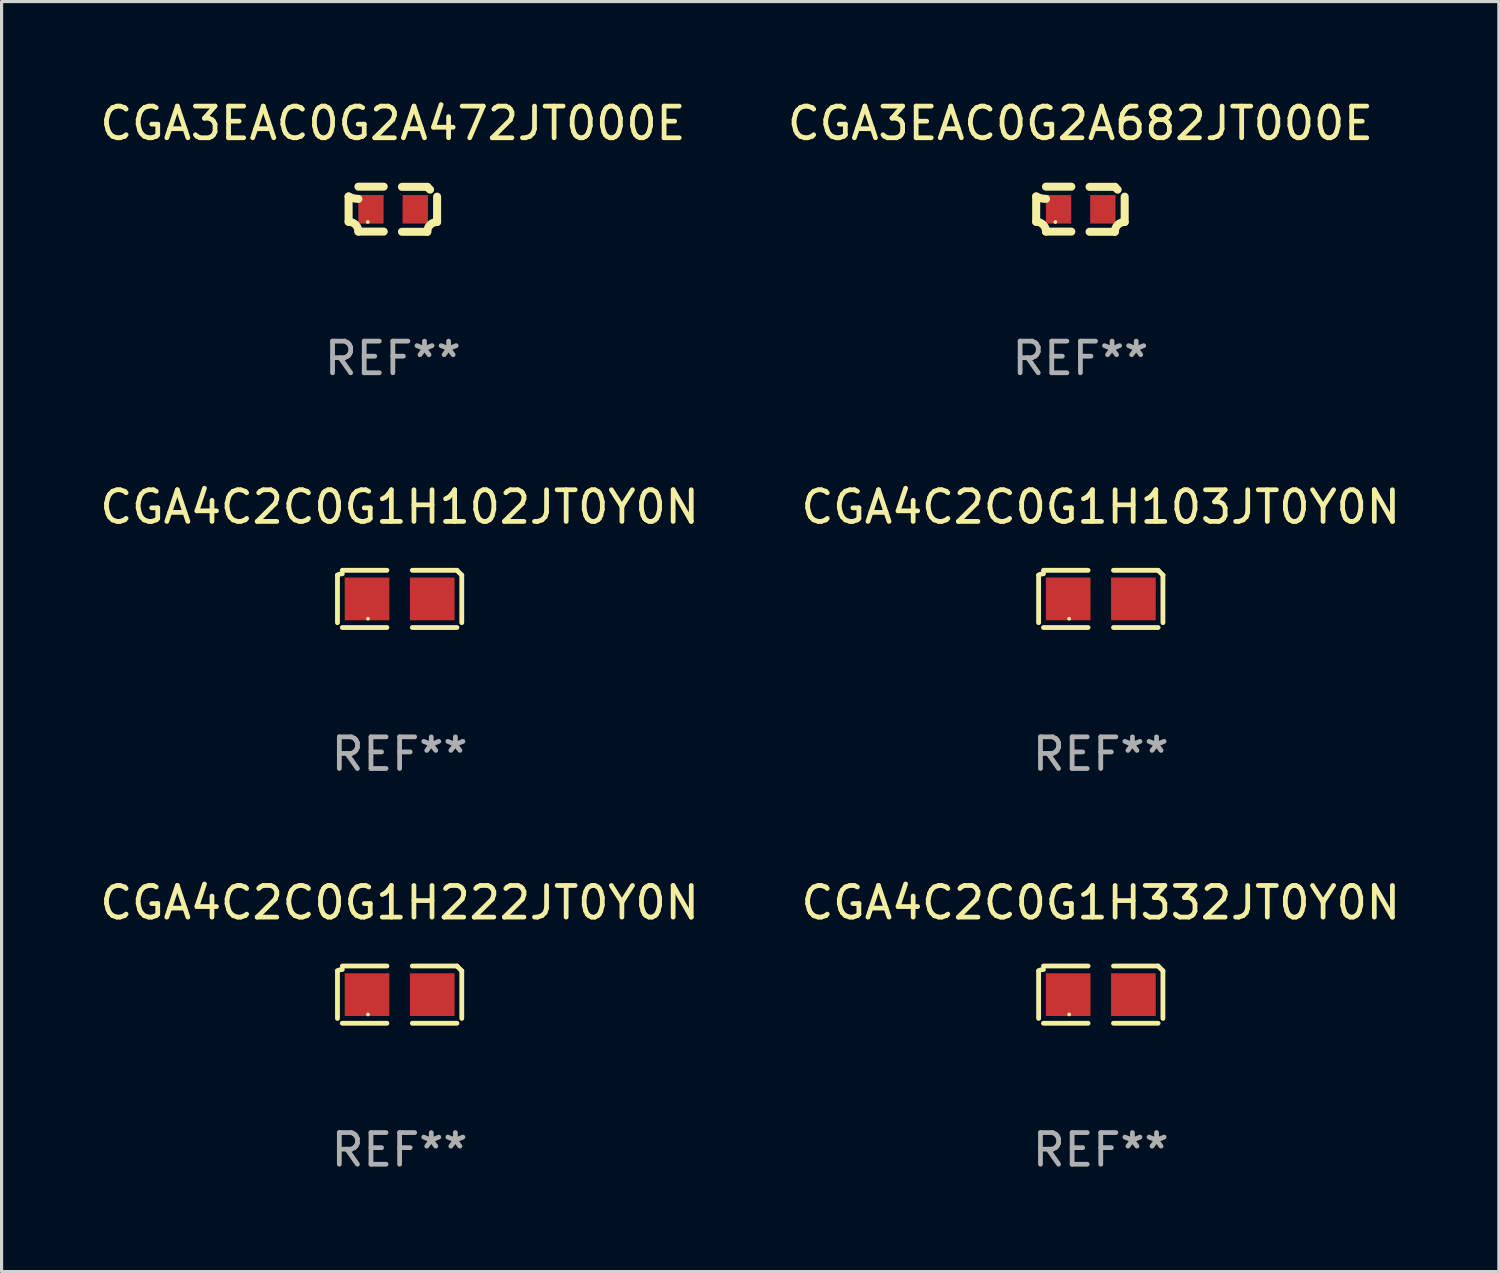
<source format=kicad_pcb>
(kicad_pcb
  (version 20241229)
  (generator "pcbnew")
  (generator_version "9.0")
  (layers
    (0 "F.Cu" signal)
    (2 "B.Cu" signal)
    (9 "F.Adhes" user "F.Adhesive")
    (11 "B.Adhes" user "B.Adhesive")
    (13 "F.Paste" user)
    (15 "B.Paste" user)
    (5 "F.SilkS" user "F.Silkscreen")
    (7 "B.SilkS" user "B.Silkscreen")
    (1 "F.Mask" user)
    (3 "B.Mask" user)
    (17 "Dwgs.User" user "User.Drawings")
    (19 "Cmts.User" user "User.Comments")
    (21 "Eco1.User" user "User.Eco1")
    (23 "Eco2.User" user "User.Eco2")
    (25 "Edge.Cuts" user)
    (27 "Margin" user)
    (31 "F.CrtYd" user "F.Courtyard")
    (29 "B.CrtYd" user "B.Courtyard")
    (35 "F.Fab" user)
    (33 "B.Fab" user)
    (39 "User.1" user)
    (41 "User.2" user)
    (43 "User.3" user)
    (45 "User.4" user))
  (footprint "CGA3EAC0G2A682JT000E"
    (layer "F.Cu")
    (at 31.089 3.561)
    (property "Reference" "CGA3EAC0G2A682JT000E" (at 0 -2.713 0) (layer "F.SilkS") (effects (font (size 1 1) (thickness 0.15))))
    (attr through_hole)
    (fp_line (start -1.398 -0.403) (end -1.398 0.397) (stroke (width 0.254) (type solid)) (layer "F.SilkS"))
    (fp_line (start -0.288 -0.713) (end -1.088 -0.713) (stroke (width 0.254) (type solid)) (layer "F.SilkS"))
    (fp_line (start -0.288 0.707) (end -1.088 0.707) (stroke (width 0.254) (type solid)) (layer "F.SilkS"))
    (fp_line (start 0.288 -0.707) (end 1.088 -0.707) (stroke (width 0.254) (type solid)) (layer "F.SilkS"))
    (fp_line (start 0.288 0.713) (end 1.088 0.713) (stroke (width 0.254) (type solid)) (layer "F.SilkS"))
    (fp_line (start 1.398 -0.397) (end 1.398 0.403) (stroke (width 0.254) (type solid)) (layer "F.SilkS"))
    (fp_arc (start -1.397789 0.397066) (mid -1.178701 0.487826) (end -1.08796 0.706922) (stroke (width 0.254001) (type solid)) (layer "F.SilkS"))
    (fp_arc (start -1.08796 -0.327176) (mid -1.247436 -0.346384) (end -1.39779 -0.402908) (stroke (width 0.254001) (type solid)) (layer "F.SilkS"))
    (fp_arc (start 1.087909 0.712738) (mid 1.178656 0.493655) (end 1.397739 0.402908) (stroke (width 0.254001) (type solid)) (layer "F.SilkS"))
    (fp_arc (start 1.175925 -0.618926) (mid 1.131917 -0.662923) (end 1.08791 -0.706922) (stroke (width 0.254001) (type solid)) (layer "F.SilkS"))
    (fp_circle (center -0.792 0.403) (end -0.762 0.403) (stroke (width 0.06) (type solid)) (fill no) (layer "F.SilkS"))
    (fp_text user "REF**" (at 0 4.713 0) (layer "F.Fab") (effects (font (size 1 1) (thickness 0.15))))
    (pad "1" smd rect (at -0.692 0.003) (size 0.8 0.9) (layers "F.Cu" "F.Mask" "F.Paste"))
    (pad "2" smd rect (at 0.708 0.003) (size 0.8 0.9) (layers "F.Cu" "F.Mask" "F.Paste")))
  (footprint "CGA3EAC0G2A472JT000E"
    (layer "F.Cu")
    (at 9.363 3.561)
    (property "Reference" "CGA3EAC0G2A472JT000E" (at 0 -2.713 0) (layer "F.SilkS") (effects (font (size 1 1) (thickness 0.15))))
    (attr through_hole)
    (fp_line (start -1.398 -0.403) (end -1.398 0.397) (stroke (width 0.254) (type solid)) (layer "F.SilkS"))
    (fp_line (start -0.288 -0.713) (end -1.088 -0.713) (stroke (width 0.254) (type solid)) (layer "F.SilkS"))
    (fp_line (start -0.288 0.707) (end -1.088 0.707) (stroke (width 0.254) (type solid)) (layer "F.SilkS"))
    (fp_line (start 0.288 -0.707) (end 1.088 -0.707) (stroke (width 0.254) (type solid)) (layer "F.SilkS"))
    (fp_line (start 0.288 0.713) (end 1.088 0.713) (stroke (width 0.254) (type solid)) (layer "F.SilkS"))
    (fp_line (start 1.398 -0.397) (end 1.398 0.403) (stroke (width 0.254) (type solid)) (layer "F.SilkS"))
    (fp_arc (start -1.397789 0.397066) (mid -1.178701 0.487826) (end -1.08796 0.706922) (stroke (width 0.254001) (type solid)) (layer "F.SilkS"))
    (fp_arc (start -1.08796 -0.327176) (mid -1.247436 -0.346384) (end -1.39779 -0.402908) (stroke (width 0.254001) (type solid)) (layer "F.SilkS"))
    (fp_arc (start 1.087909 0.712738) (mid 1.178656 0.493655) (end 1.397739 0.402908) (stroke (width 0.254001) (type solid)) (layer "F.SilkS"))
    (fp_arc (start 1.175925 -0.618926) (mid 1.131917 -0.662923) (end 1.08791 -0.706922) (stroke (width 0.254001) (type solid)) (layer "F.SilkS"))
    (fp_circle (center -0.792 0.403) (end -0.762 0.403) (stroke (width 0.06) (type solid)) (fill no) (layer "F.SilkS"))
    (fp_text user "REF**" (at 0 4.713 0) (layer "F.Fab") (effects (font (size 1 1) (thickness 0.15))))
    (pad "1" smd rect (at -0.692 0.003) (size 0.8 0.9) (layers "F.Cu" "F.Mask" "F.Paste"))
    (pad "2" smd rect (at 0.708 0.003) (size 0.8 0.9) (layers "F.Cu" "F.Mask" "F.Paste")))
  (footprint "CGA4C2C0G1H102JT0Y0N"
    (layer "F.Cu")
    (at 9.577 15.874)
    (property "Reference" "CGA4C2C0G1H102JT0Y0N" (at 0 -2.904 0) (layer "F.SilkS") (effects (font (size 1 1) (thickness 0.15))))
    (attr through_hole)
    (fp_line (start -1.964 0.751) (end -1.964 -0.751) (stroke (width 0.152) (type solid)) (layer "F.SilkS"))
    (fp_line (start -1.811 -0.904) (end -0.401 -0.904) (stroke (width 0.152) (type solid)) (layer "F.SilkS"))
    (fp_line (start -0.401 0.904) (end -1.811 0.904) (stroke (width 0.152) (type solid)) (layer "F.SilkS"))
    (fp_line (start 0.401 0.904) (end 1.811 0.904) (stroke (width 0.152) (type solid)) (layer "F.SilkS"))
    (fp_line (start 1.811 -0.904) (end 0.401 -0.904) (stroke (width 0.152) (type solid)) (layer "F.SilkS"))
    (fp_line (start 1.964 0.751) (end 1.964 -0.751) (stroke (width 0.152) (type solid)) (layer "F.SilkS"))
    (fp_arc (start -1.963602 -0.751207) (mid -1.890354 -0.783131) (end -1.811201 -0.794044) (stroke (width 0.1524) (type solid)) (layer "F.SilkS"))
    (fp_arc (start 1.811202 -0.903607) (mid 1.887413 -0.827418) (end 1.963602 -0.751207) (stroke (width 0.1524) (type solid)) (layer "F.SilkS"))
    (fp_circle (center -1 0.625) (end -0.97 0.625) (stroke (width 0.06) (type solid)) (fill no) (layer "F.SilkS"))
    (fp_text user "REF**" (at 0 4.904 0) (layer "F.Fab") (effects (font (size 1 1) (thickness 0.15))))
    (pad "1" smd rect (at -1.03 0) (size 1.41 1.35) (layers "F.Cu" "F.Mask" "F.Paste"))
    (pad "2" smd rect (at 1.03 0) (size 1.41 1.35) (layers "F.Cu" "F.Mask" "F.Paste")))
  (footprint "CGA4C2C0G1H332JT0Y0N"
    (layer "F.Cu")
    (at 31.732 28.378)
    (property "Reference" "CGA4C2C0G1H332JT0Y0N" (at 0 -2.904 0) (layer "F.SilkS") (effects (font (size 1 1) (thickness 0.15))))
    (attr through_hole)
    (fp_line (start -1.964 0.751) (end -1.964 -0.751) (stroke (width 0.152) (type solid)) (layer "F.SilkS"))
    (fp_line (start -1.811 -0.904) (end -0.401 -0.904) (stroke (width 0.152) (type solid)) (layer "F.SilkS"))
    (fp_line (start -0.401 0.904) (end -1.811 0.904) (stroke (width 0.152) (type solid)) (layer "F.SilkS"))
    (fp_line (start 0.401 0.904) (end 1.811 0.904) (stroke (width 0.152) (type solid)) (layer "F.SilkS"))
    (fp_line (start 1.811 -0.904) (end 0.401 -0.904) (stroke (width 0.152) (type solid)) (layer "F.SilkS"))
    (fp_line (start 1.964 0.751) (end 1.964 -0.751) (stroke (width 0.152) (type solid)) (layer "F.SilkS"))
    (fp_arc (start -1.963602 -0.751207) (mid -1.890354 -0.783131) (end -1.811201 -0.794044) (stroke (width 0.1524) (type solid)) (layer "F.SilkS"))
    (fp_arc (start 1.811202 -0.903607) (mid 1.887413 -0.827418) (end 1.963602 -0.751207) (stroke (width 0.1524) (type solid)) (layer "F.SilkS"))
    (fp_circle (center -1 0.625) (end -0.97 0.625) (stroke (width 0.06) (type solid)) (fill no) (layer "F.SilkS"))
    (fp_text user "REF**" (at 0 4.904 0) (layer "F.Fab") (effects (font (size 1 1) (thickness 0.15))))
    (pad "1" smd rect (at -1.03 0) (size 1.41 1.35) (layers "F.Cu" "F.Mask" "F.Paste"))
    (pad "2" smd rect (at 1.03 0) (size 1.41 1.35) (layers "F.Cu" "F.Mask" "F.Paste")))
  (footprint "CGA4C2C0G1H222JT0Y0N"
    (layer "F.Cu")
    (at 9.577 28.378)
    (property "Reference" "CGA4C2C0G1H222JT0Y0N" (at 0 -2.904 0) (layer "F.SilkS") (effects (font (size 1 1) (thickness 0.15))))
    (attr through_hole)
    (fp_line (start -1.964 0.751) (end -1.964 -0.751) (stroke (width 0.152) (type solid)) (layer "F.SilkS"))
    (fp_line (start -1.811 -0.904) (end -0.401 -0.904) (stroke (width 0.152) (type solid)) (layer "F.SilkS"))
    (fp_line (start -0.401 0.904) (end -1.811 0.904) (stroke (width 0.152) (type solid)) (layer "F.SilkS"))
    (fp_line (start 0.401 0.904) (end 1.811 0.904) (stroke (width 0.152) (type solid)) (layer "F.SilkS"))
    (fp_line (start 1.811 -0.904) (end 0.401 -0.904) (stroke (width 0.152) (type solid)) (layer "F.SilkS"))
    (fp_line (start 1.964 0.751) (end 1.964 -0.751) (stroke (width 0.152) (type solid)) (layer "F.SilkS"))
    (fp_arc (start -1.963602 -0.751207) (mid -1.890354 -0.783131) (end -1.811201 -0.794044) (stroke (width 0.1524) (type solid)) (layer "F.SilkS"))
    (fp_arc (start 1.811202 -0.903607) (mid 1.887413 -0.827418) (end 1.963602 -0.751207) (stroke (width 0.1524) (type solid)) (layer "F.SilkS"))
    (fp_circle (center -1 0.625) (end -0.97 0.625) (stroke (width 0.06) (type solid)) (fill no) (layer "F.SilkS"))
    (fp_text user "REF**" (at 0 4.904 0) (layer "F.Fab") (effects (font (size 1 1) (thickness 0.15))))
    (pad "1" smd rect (at -1.03 0) (size 1.41 1.35) (layers "F.Cu" "F.Mask" "F.Paste"))
    (pad "2" smd rect (at 1.03 0) (size 1.41 1.35) (layers "F.Cu" "F.Mask" "F.Paste")))
  (footprint "CGA4C2C0G1H103JT0Y0N"
    (layer "F.Cu")
    (at 31.732 15.874)
    (property "Reference" "CGA4C2C0G1H103JT0Y0N" (at 0 -2.904 0) (layer "F.SilkS") (effects (font (size 1 1) (thickness 0.15))))
    (attr through_hole)
    (fp_line (start -1.964 0.751) (end -1.964 -0.751) (stroke (width 0.152) (type solid)) (layer "F.SilkS"))
    (fp_line (start -1.811 -0.904) (end -0.401 -0.904) (stroke (width 0.152) (type solid)) (layer "F.SilkS"))
    (fp_line (start -0.401 0.904) (end -1.811 0.904) (stroke (width 0.152) (type solid)) (layer "F.SilkS"))
    (fp_line (start 0.401 0.904) (end 1.811 0.904) (stroke (width 0.152) (type solid)) (layer "F.SilkS"))
    (fp_line (start 1.811 -0.904) (end 0.401 -0.904) (stroke (width 0.152) (type solid)) (layer "F.SilkS"))
    (fp_line (start 1.964 0.751) (end 1.964 -0.751) (stroke (width 0.152) (type solid)) (layer "F.SilkS"))
    (fp_arc (start -1.963602 -0.751207) (mid -1.890354 -0.783131) (end -1.811201 -0.794044) (stroke (width 0.1524) (type solid)) (layer "F.SilkS"))
    (fp_arc (start 1.811202 -0.903607) (mid 1.887413 -0.827418) (end 1.963602 -0.751207) (stroke (width 0.1524) (type solid)) (layer "F.SilkS"))
    (fp_circle (center -1 0.625) (end -0.97 0.625) (stroke (width 0.06) (type solid)) (fill no) (layer "F.SilkS"))
    (fp_text user "REF**" (at 0 4.904 0) (layer "F.Fab") (effects (font (size 1 1) (thickness 0.15))))
    (pad "1" smd rect (at -1.03 0) (size 1.41 1.35) (layers "F.Cu" "F.Mask" "F.Paste"))
    (pad "2" smd rect (at 1.03 0) (size 1.41 1.35) (layers "F.Cu" "F.Mask" "F.Paste")))
  (gr_rect
    (start -3 -3)
    (end 44.31 37.129)
    (stroke (width 0.1) (type default))
    (fill no)
    (layer "Edge.Cuts")))
</source>
